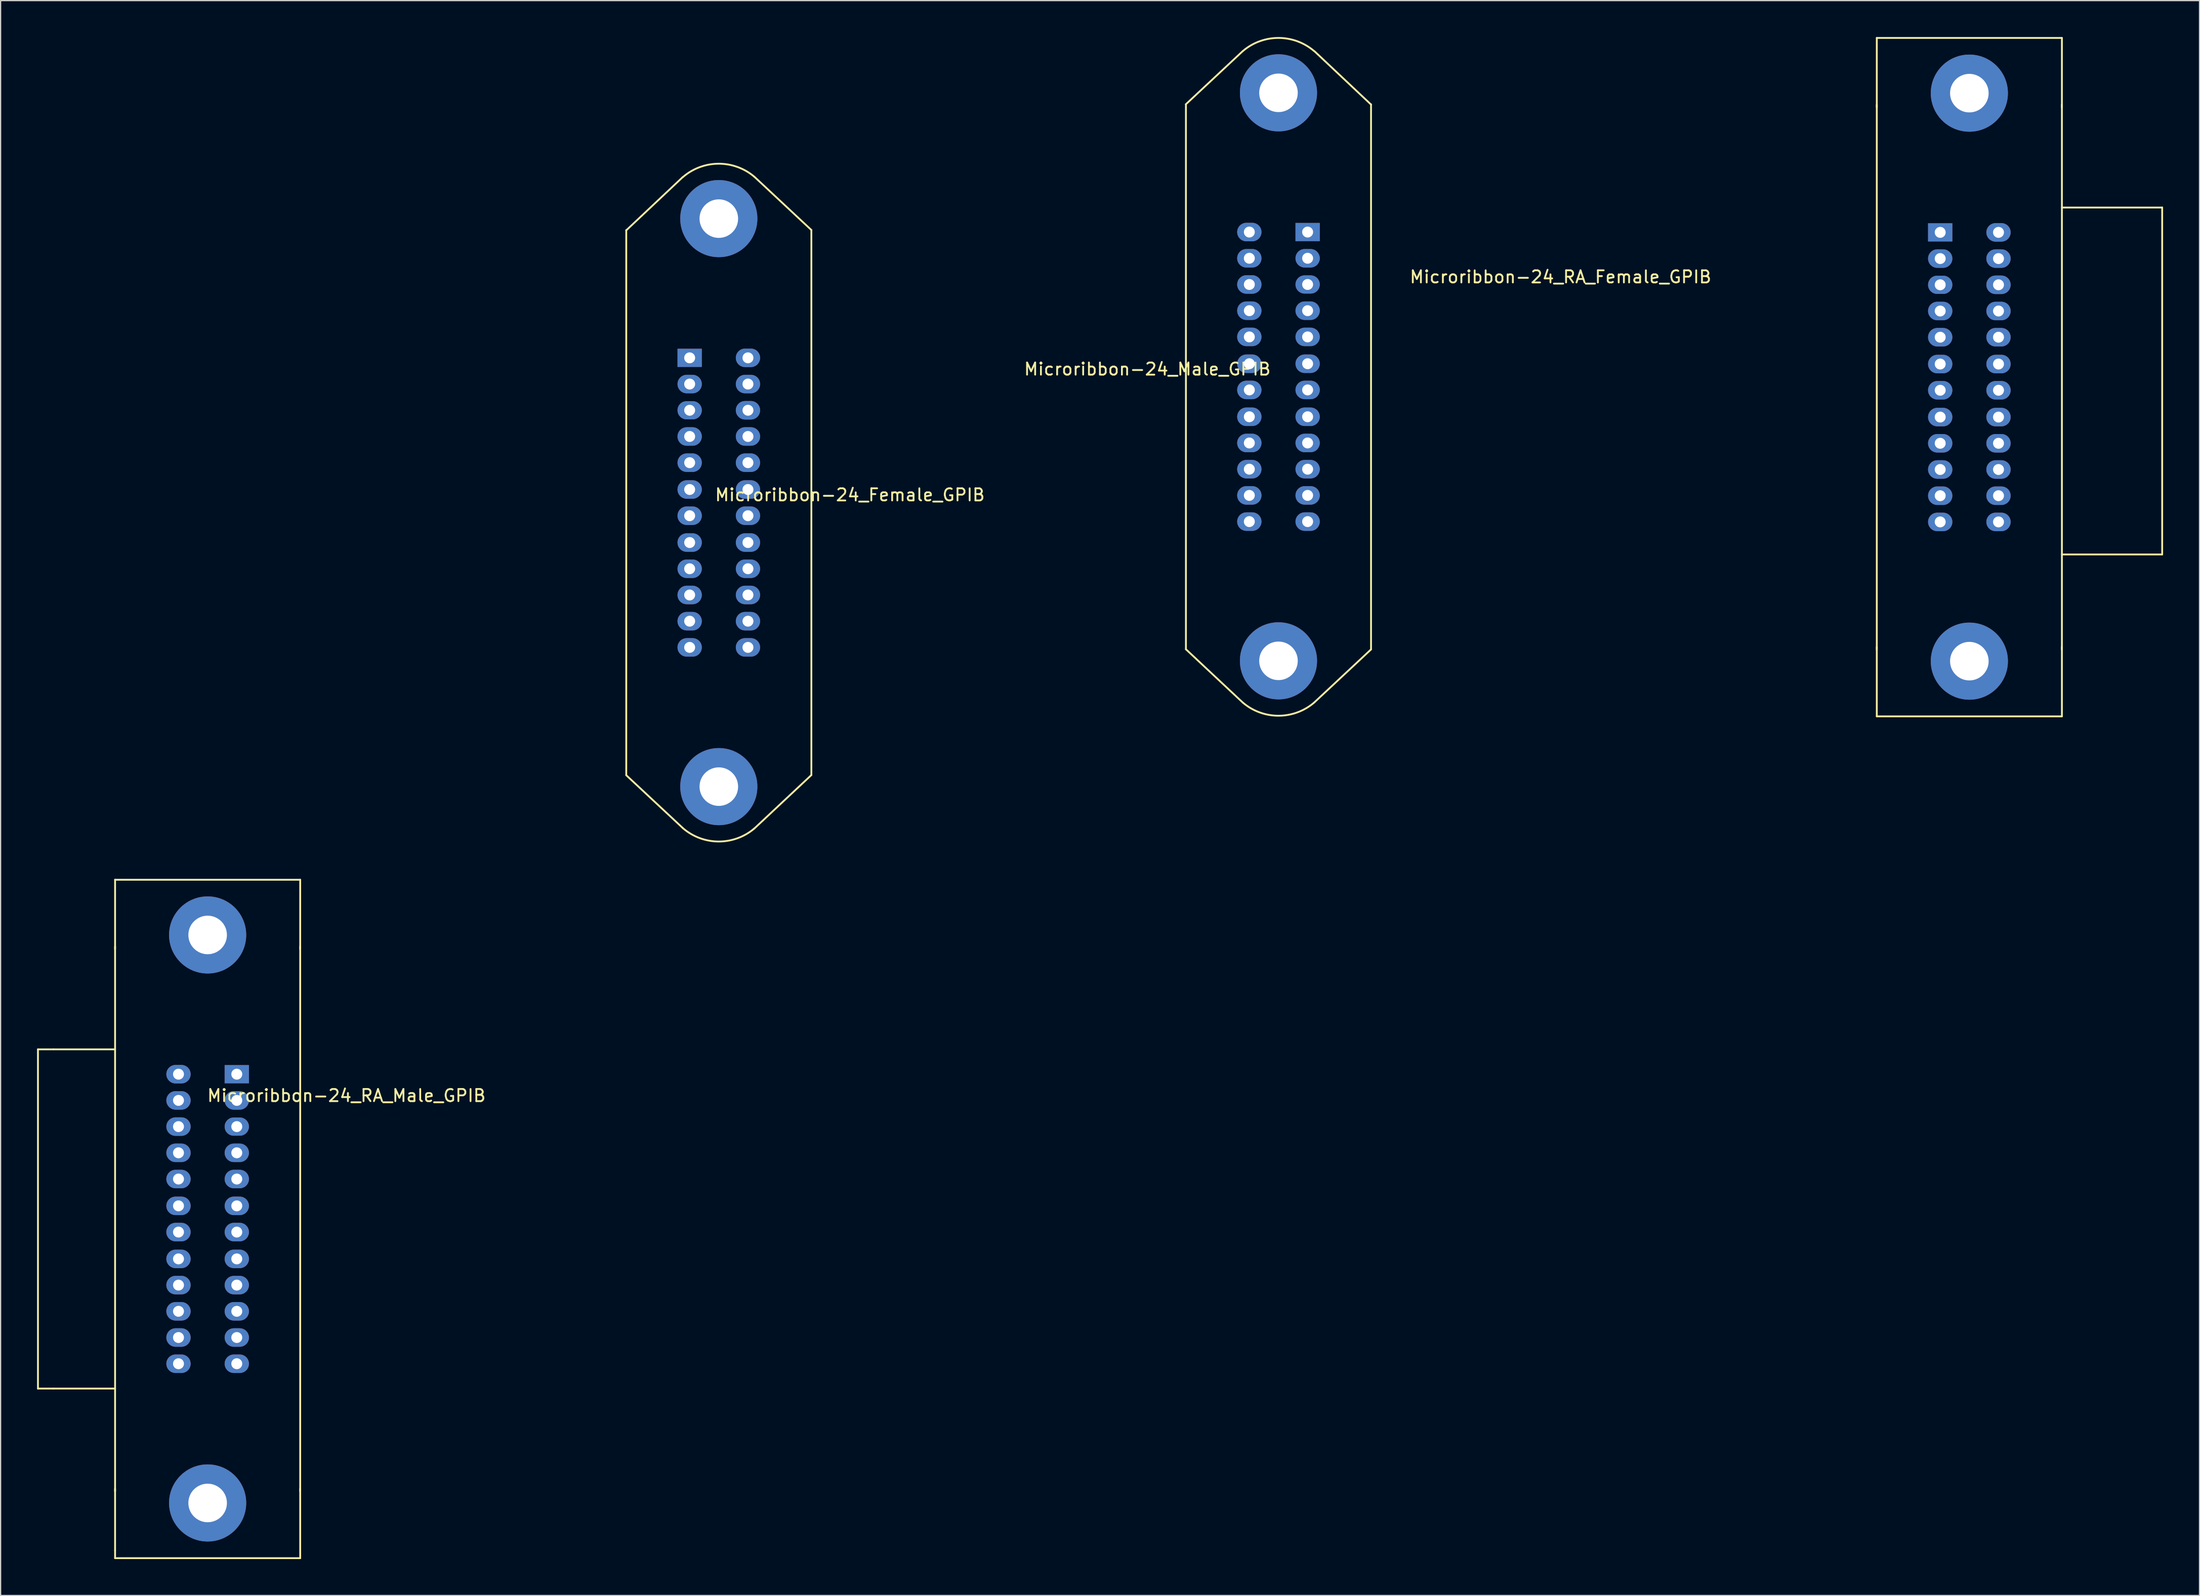
<source format=kicad_pcb>
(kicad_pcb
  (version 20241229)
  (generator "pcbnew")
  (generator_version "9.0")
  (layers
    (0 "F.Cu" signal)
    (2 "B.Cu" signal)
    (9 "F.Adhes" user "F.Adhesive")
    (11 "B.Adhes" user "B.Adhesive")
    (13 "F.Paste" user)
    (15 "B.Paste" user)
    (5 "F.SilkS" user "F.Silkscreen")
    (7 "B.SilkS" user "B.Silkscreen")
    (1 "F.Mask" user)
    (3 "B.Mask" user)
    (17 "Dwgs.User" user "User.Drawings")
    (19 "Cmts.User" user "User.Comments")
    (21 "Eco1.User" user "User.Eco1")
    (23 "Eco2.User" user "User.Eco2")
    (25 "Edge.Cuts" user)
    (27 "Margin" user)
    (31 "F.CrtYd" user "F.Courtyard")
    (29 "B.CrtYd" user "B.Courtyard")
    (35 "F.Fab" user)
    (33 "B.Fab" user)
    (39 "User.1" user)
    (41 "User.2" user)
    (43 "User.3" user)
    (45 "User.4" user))
  (footprint "Microribbon-24_RA_Female_GPIB"
    (layer "F.Cu")
    (at 156.548 15.95)
    (property "Reference" "Microribbon-24_RA_Female_GPIB" (at -31.115 3.81 180) (layer "F.SilkS") (effects (font (size 1 1) (thickness 0.15))))
    (attr through_hole)
    (fp_line (start -5.08 -15.875) (end -5.08 -10.16) (stroke (width 0.15) (type solid)) (layer "F.SilkS"))
    (fp_line (start -5.08 -10.376) (end -5.08 34.506) (stroke (width 0.15) (type solid)) (layer "F.SilkS"))
    (fp_line (start -5.08 34.29) (end -5.08 40.005) (stroke (width 0.15) (type solid)) (layer "F.SilkS"))
    (fp_line (start -5.08 40.005) (end 10.16 40.005) (stroke (width 0.15) (type solid)) (layer "F.SilkS"))
    (fp_line (start 10.16 -15.875) (end -5.08 -15.875) (stroke (width 0.15) (type solid)) (layer "F.SilkS"))
    (fp_line (start 10.16 -10.376) (end 10.16 34.506) (stroke (width 0.15) (type solid)) (layer "F.SilkS"))
    (fp_line (start 10.16 -10.16) (end 10.16 -15.875) (stroke (width 0.15) (type solid)) (layer "F.SilkS"))
    (fp_line (start 10.16 -1.905) (end 18.415 -1.905) (stroke (width 0.15) (type solid)) (layer "F.SilkS"))
    (fp_line (start 10.16 40.005) (end 10.16 34.29) (stroke (width 0.15) (type solid)) (layer "F.SilkS"))
    (fp_line (start 18.415 -1.905) (end 18.415 26.67) (stroke (width 0.15) (type solid)) (layer "F.SilkS"))
    (fp_line (start 18.415 26.67) (end 10.16 26.67) (stroke (width 0.15) (type solid)) (layer "F.SilkS"))
    (pad "1" thru_hole rect (at 0.14 0.14 180) (size 2 1.5) (drill 0.9) (layers "*.Cu" "*.Mask"))
    (pad "2" thru_hole oval (at 0.14 2.299 180) (size 2 1.524) (drill 0.9) (layers "*.Cu" "*.Mask"))
    (pad "3" thru_hole oval (at 0.14 4.458 180) (size 2 1.5) (drill 0.9) (layers "*.Cu" "*.Mask"))
    (pad "4" thru_hole oval (at 0.14 6.617 180) (size 2 1.524) (drill 0.9) (layers "*.Cu" "*.Mask"))
    (pad "5" thru_hole oval (at 0.14 8.776 180) (size 2 1.524) (drill 0.9) (layers "*.Cu" "*.Mask"))
    (pad "6" thru_hole oval (at 0.14 10.986 180) (size 2 1.524) (drill 0.9) (layers "*.Cu" "*.Mask"))
    (pad "7" thru_hole oval (at 0.14 13.145 180) (size 2 1.524) (drill 0.9) (layers "*.Cu" "*.Mask"))
    (pad "8" thru_hole oval (at 0.14 15.354 180) (size 2 1.524) (drill 0.9) (layers "*.Cu" "*.Mask"))
    (pad "9" thru_hole oval (at 0.14 17.513 180) (size 2 1.524) (drill 0.9) (layers "*.Cu" "*.Mask"))
    (pad "10" thru_hole oval (at 0.14 19.672 180) (size 2 1.524) (drill 0.9) (layers "*.Cu" "*.Mask"))
    (pad "11" thru_hole oval (at 0.14 21.831 180) (size 2 1.524) (drill 0.9) (layers "*.Cu" "*.Mask"))
    (pad "12" thru_hole oval (at 0.14 23.99 180) (size 2 1.524) (drill 0.9) (layers "*.Cu" "*.Mask"))
    (pad "13" thru_hole oval (at 4.94 0.14 180) (size 2 1.524) (drill 0.9) (layers "*.Cu" "*.Mask"))
    (pad "14" thru_hole oval (at 4.94 2.299 180) (size 2 1.524) (drill 0.9) (layers "*.Cu" "*.Mask"))
    (pad "15" thru_hole oval (at 4.94 4.458 180) (size 2 1.524) (drill 0.9) (layers "*.Cu" "*.Mask"))
    (pad "16" thru_hole oval (at 4.94 6.617 180) (size 2 1.524) (drill 0.9) (layers "*.Cu" "*.Mask"))
    (pad "17" thru_hole oval (at 4.94 8.776 180) (size 2 1.524) (drill 0.9) (layers "*.Cu" "*.Mask"))
    (pad "18" thru_hole oval (at 4.94 10.986 180) (size 2 1.524) (drill 0.9) (layers "*.Cu" "*.Mask"))
    (pad "19" thru_hole oval (at 4.94 13.145 180) (size 2 1.524) (drill 0.9) (layers "*.Cu" "*.Mask"))
    (pad "20" thru_hole oval (at 4.94 15.354 180) (size 2 1.524) (drill 0.9) (layers "*.Cu" "*.Mask"))
    (pad "21" thru_hole oval (at 4.94 17.513 180) (size 2 1.524) (drill 0.9) (layers "*.Cu" "*.Mask"))
    (pad "22" thru_hole oval (at 4.94 19.672 180) (size 2 1.524) (drill 0.9) (layers "*.Cu" "*.Mask"))
    (pad "23" thru_hole oval (at 4.94 21.831 180) (size 2 1.524) (drill 0.9) (layers "*.Cu" "*.Mask"))
    (pad "24" thru_hole oval (at 4.94 23.99 180) (size 2 1.524) (drill 0.9) (layers "*.Cu" "*.Mask"))
    (pad "MP" thru_hole circle (at 2.54 -11.328 180) (size 6.35 6.35) (drill 3.175) (layers "*.Cu" "*.Mask"))
    (pad "MP" thru_hole circle (at 2.54 35.458 180) (size 6.35 6.35) (drill 3.175) (layers "*.Cu" "*.Mask")))
  (footprint "Microribbon-24_Male_GPIB"
    (layer "F.Cu")
    (at 102.208 27.989)
    (property "Reference" "Microribbon-24_Male_GPIB" (at -10.795 -0.635 0) (layer "F.SilkS") (effects (font (size 1 1) (thickness 0.15))))
    (attr through_hole)
    (fp_line (start -7.62 -22.454) (end -2.934 -26.835) (stroke (width 0.15) (type solid)) (layer "F.SilkS"))
    (fp_line (start -7.62 -22.441) (end -7.62 22.441) (stroke (width 0.15) (type solid)) (layer "F.SilkS"))
    (fp_line (start -7.62 22.441) (end -2.934 26.835) (stroke (width 0.15) (type solid)) (layer "F.SilkS"))
    (fp_line (start 7.62 -22.441) (end 7.62 22.441) (stroke (width 0.15) (type solid)) (layer "F.SilkS"))
    (fp_line (start 7.62 -22.428) (end 2.972 -26.81) (stroke (width 0.15) (type solid)) (layer "F.SilkS"))
    (fp_line (start 7.62 22.454) (end 2.959 26.81) (stroke (width 0.15) (type solid)) (layer "F.SilkS"))
    (fp_arc (start -2.925865 -26.839939) (mid 0.013503 -27.914366) (end 2.9464 -26.8224) (stroke (width 0.15) (type solid)) (layer "F.SilkS"))
    (fp_arc (start 2.9464 26.8224) (mid 0.013503 27.914366) (end -2.925865 26.839939) (stroke (width 0.15) (type solid)) (layer "F.SilkS"))
    (pad "1" thru_hole rect (at 2.4 -11.925) (size 2 1.5) (drill 0.9) (layers "*.Cu" "*.Mask"))
    (pad "2" thru_hole oval (at 2.4 -9.766) (size 2 1.524) (drill 0.9) (layers "*.Cu" "*.Mask"))
    (pad "3" thru_hole oval (at 2.4 -7.607) (size 2 1.5) (drill 0.9) (layers "*.Cu" "*.Mask"))
    (pad "4" thru_hole oval (at 2.4 -5.448) (size 2 1.524) (drill 0.9) (layers "*.Cu" "*.Mask"))
    (pad "5" thru_hole oval (at 2.4 -3.289) (size 2 1.524) (drill 0.9) (layers "*.Cu" "*.Mask"))
    (pad "6" thru_hole oval (at 2.4 -1.079) (size 2 1.524) (drill 0.9) (layers "*.Cu" "*.Mask"))
    (pad "7" thru_hole oval (at 2.4 1.079) (size 2 1.524) (drill 0.9) (layers "*.Cu" "*.Mask"))
    (pad "8" thru_hole oval (at 2.4 3.289) (size 2 1.524) (drill 0.9) (layers "*.Cu" "*.Mask"))
    (pad "9" thru_hole oval (at 2.4 5.448) (size 2 1.524) (drill 0.9) (layers "*.Cu" "*.Mask"))
    (pad "10" thru_hole oval (at 2.4 7.607) (size 2 1.524) (drill 0.9) (layers "*.Cu" "*.Mask"))
    (pad "11" thru_hole oval (at 2.4 9.766) (size 2 1.524) (drill 0.9) (layers "*.Cu" "*.Mask"))
    (pad "12" thru_hole oval (at 2.4 11.925) (size 2 1.524) (drill 0.9) (layers "*.Cu" "*.Mask"))
    (pad "13" thru_hole oval (at -2.4 -11.925) (size 2 1.524) (drill 0.9) (layers "*.Cu" "*.Mask"))
    (pad "14" thru_hole oval (at -2.4 -9.766) (size 2 1.524) (drill 0.9) (layers "*.Cu" "*.Mask"))
    (pad "15" thru_hole oval (at -2.4 -7.607) (size 2 1.524) (drill 0.9) (layers "*.Cu" "*.Mask"))
    (pad "16" thru_hole oval (at -2.4 -5.448) (size 2 1.524) (drill 0.9) (layers "*.Cu" "*.Mask"))
    (pad "17" thru_hole oval (at -2.4 -3.289) (size 2 1.524) (drill 0.9) (layers "*.Cu" "*.Mask"))
    (pad "18" thru_hole oval (at -2.4 -1.079) (size 2 1.524) (drill 0.9) (layers "*.Cu" "*.Mask"))
    (pad "19" thru_hole oval (at -2.4 1.079) (size 2 1.524) (drill 0.9) (layers "*.Cu" "*.Mask"))
    (pad "20" thru_hole oval (at -2.4 3.289) (size 2 1.524) (drill 0.9) (layers "*.Cu" "*.Mask"))
    (pad "21" thru_hole oval (at -2.4 5.448) (size 2 1.524) (drill 0.9) (layers "*.Cu" "*.Mask"))
    (pad "22" thru_hole oval (at -2.4 7.607) (size 2 1.524) (drill 0.9) (layers "*.Cu" "*.Mask"))
    (pad "23" thru_hole oval (at -2.4 9.766) (size 2 1.524) (drill 0.9) (layers "*.Cu" "*.Mask"))
    (pad "24" thru_hole oval (at -2.4 11.925) (size 2 1.524) (drill 0.9) (layers "*.Cu" "*.Mask"))
    (pad "MP" thru_hole circle (at 0 -23.393) (size 6.35 6.35) (drill 3.175) (layers "*.Cu" "*.Mask"))
    (pad "MP" thru_hole circle (at 0 23.393) (size 6.35 6.35) (drill 3.175) (layers "*.Cu" "*.Mask")))
  (footprint "Microribbon-24_Female_GPIB"
    (layer "F.Cu")
    (at 0.25 0.25)
    (property "Reference" "Microribbon-24_Female_GPIB" (at 66.675 37.465 180) (layer "F.SilkS") (effects (font (size 1 1) (thickness 0.15))))
    (attr through_hole)
    (fp_line (start 48.26 15.659) (end 48.26 60.541) (stroke (width 0.15) (type solid)) (layer "F.SilkS"))
    (fp_line (start 48.26 15.672) (end 52.908 11.29) (stroke (width 0.15) (type solid)) (layer "F.SilkS"))
    (fp_line (start 48.26 60.554) (end 52.921 64.91) (stroke (width 0.15) (type solid)) (layer "F.SilkS"))
    (fp_line (start 63.5 15.646) (end 58.814 11.265) (stroke (width 0.15) (type solid)) (layer "F.SilkS"))
    (fp_line (start 63.5 15.659) (end 63.5 60.541) (stroke (width 0.15) (type solid)) (layer "F.SilkS"))
    (fp_line (start 63.5 60.541) (end 58.814 64.935) (stroke (width 0.15) (type solid)) (layer "F.SilkS"))
    (fp_arc (start 52.9336 11.2776) (mid 55.866497 10.185634) (end 58.805865 11.260061) (stroke (width 0.15) (type solid)) (layer "F.SilkS"))
    (fp_arc (start 58.805865 64.939939) (mid 55.866497 66.014366) (end 52.9336 64.9224) (stroke (width 0.15) (type solid)) (layer "F.SilkS"))
    (pad "1" thru_hole rect (at 53.48 26.175 180) (size 2 1.5) (drill 0.9) (layers "*.Cu" "*.Mask"))
    (pad "2" thru_hole oval (at 53.48 28.334 180) (size 2 1.524) (drill 0.9) (layers "*.Cu" "*.Mask"))
    (pad "3" thru_hole oval (at 53.48 30.493 180) (size 2 1.5) (drill 0.9) (layers "*.Cu" "*.Mask"))
    (pad "4" thru_hole oval (at 53.48 32.652 180) (size 2 1.524) (drill 0.9) (layers "*.Cu" "*.Mask"))
    (pad "5" thru_hole oval (at 53.48 34.811 180) (size 2 1.524) (drill 0.9) (layers "*.Cu" "*.Mask"))
    (pad "6" thru_hole oval (at 53.48 37.02 180) (size 2 1.524) (drill 0.9) (layers "*.Cu" "*.Mask"))
    (pad "7" thru_hole oval (at 53.48 39.179 180) (size 2 1.524) (drill 0.9) (layers "*.Cu" "*.Mask"))
    (pad "8" thru_hole oval (at 53.48 41.389 180) (size 2 1.524) (drill 0.9) (layers "*.Cu" "*.Mask"))
    (pad "9" thru_hole oval (at 53.48 43.548 180) (size 2 1.524) (drill 0.9) (layers "*.Cu" "*.Mask"))
    (pad "10" thru_hole oval (at 53.48 45.707 180) (size 2 1.524) (drill 0.9) (layers "*.Cu" "*.Mask"))
    (pad "11" thru_hole oval (at 53.48 47.866 180) (size 2 1.524) (drill 0.9) (layers "*.Cu" "*.Mask"))
    (pad "12" thru_hole oval (at 53.48 50.025 180) (size 2 1.524) (drill 0.9) (layers "*.Cu" "*.Mask"))
    (pad "13" thru_hole oval (at 58.28 26.175 180) (size 2 1.524) (drill 0.9) (layers "*.Cu" "*.Mask"))
    (pad "14" thru_hole oval (at 58.28 28.334 180) (size 2 1.524) (drill 0.9) (layers "*.Cu" "*.Mask"))
    (pad "15" thru_hole oval (at 58.28 30.493 180) (size 2 1.524) (drill 0.9) (layers "*.Cu" "*.Mask"))
    (pad "16" thru_hole oval (at 58.28 32.652 180) (size 2 1.524) (drill 0.9) (layers "*.Cu" "*.Mask"))
    (pad "17" thru_hole oval (at 58.28 34.811 180) (size 2 1.524) (drill 0.9) (layers "*.Cu" "*.Mask"))
    (pad "18" thru_hole oval (at 58.28 37.02 180) (size 2 1.524) (drill 0.9) (layers "*.Cu" "*.Mask"))
    (pad "19" thru_hole oval (at 58.28 39.179 180) (size 2 1.524) (drill 0.9) (layers "*.Cu" "*.Mask"))
    (pad "20" thru_hole oval (at 58.28 41.389 180) (size 2 1.524) (drill 0.9) (layers "*.Cu" "*.Mask"))
    (pad "21" thru_hole oval (at 58.28 43.548 180) (size 2 1.524) (drill 0.9) (layers "*.Cu" "*.Mask"))
    (pad "22" thru_hole oval (at 58.28 45.707 180) (size 2 1.524) (drill 0.9) (layers "*.Cu" "*.Mask"))
    (pad "23" thru_hole oval (at 58.28 47.866 180) (size 2 1.524) (drill 0.9) (layers "*.Cu" "*.Mask"))
    (pad "24" thru_hole oval (at 58.28 50.025 180) (size 2 1.524) (drill 0.9) (layers "*.Cu" "*.Mask"))
    (pad "MP" thru_hole circle (at 55.88 14.707 180) (size 6.35 6.35) (drill 3.175) (layers "*.Cu" "*.Mask"))
    (pad "MP" thru_hole circle (at 55.88 61.493 180) (size 6.35 6.35) (drill 3.175) (layers "*.Cu" "*.Mask")))
  (footprint "Microribbon-24_RA_Male_GPIB"
    (layer "F.Cu")
    (at 16.585 85.289)
    (property "Reference" "Microribbon-24_RA_Male_GPIB" (at 8.89 1.905 0) (layer "F.SilkS") (effects (font (size 1 1) (thickness 0.15))))
    (attr through_hole)
    (fp_line (start -16.51 -1.905) (end -16.51 26.035) (stroke (width 0.15) (type solid)) (layer "F.SilkS"))
    (fp_line (start -16.51 26.035) (end -15.24 26.035) (stroke (width 0.15) (type solid)) (layer "F.SilkS"))
    (fp_line (start -15.24 -1.905) (end -16.51 -1.905) (stroke (width 0.15) (type solid)) (layer "F.SilkS"))
    (fp_line (start -15.24 26.035) (end -10.16 26.035) (stroke (width 0.15) (type solid)) (layer "F.SilkS"))
    (fp_line (start -10.16 -15.875) (end -10.16 -10.16) (stroke (width 0.15) (type solid)) (layer "F.SilkS"))
    (fp_line (start -10.16 -10.376) (end -10.16 34.506) (stroke (width 0.15) (type solid)) (layer "F.SilkS"))
    (fp_line (start -10.16 -1.905) (end -15.24 -1.905) (stroke (width 0.15) (type solid)) (layer "F.SilkS"))
    (fp_line (start -10.16 34.29) (end -10.16 39.37) (stroke (width 0.15) (type solid)) (layer "F.SilkS"))
    (fp_line (start -10.16 39.37) (end -10.16 40.005) (stroke (width 0.15) (type solid)) (layer "F.SilkS"))
    (fp_line (start -10.16 40.005) (end 5.08 40.005) (stroke (width 0.15) (type solid)) (layer "F.SilkS"))
    (fp_line (start 5.08 -15.875) (end -10.16 -15.875) (stroke (width 0.15) (type solid)) (layer "F.SilkS"))
    (fp_line (start 5.08 -10.376) (end 5.08 34.506) (stroke (width 0.15) (type solid)) (layer "F.SilkS"))
    (fp_line (start 5.08 -10.16) (end 5.08 -15.875) (stroke (width 0.15) (type solid)) (layer "F.SilkS"))
    (fp_line (start 5.08 40.005) (end 5.08 34.29) (stroke (width 0.15) (type solid)) (layer "F.SilkS"))
    (pad "1" thru_hole rect (at -0.14 0.14) (size 2 1.5) (drill 0.9) (layers "*.Cu" "*.Mask"))
    (pad "2" thru_hole oval (at -0.14 2.299) (size 2 1.524) (drill 0.9) (layers "*.Cu" "*.Mask"))
    (pad "3" thru_hole oval (at -0.14 4.458) (size 2 1.5) (drill 0.9) (layers "*.Cu" "*.Mask"))
    (pad "4" thru_hole oval (at -0.14 6.617) (size 2 1.524) (drill 0.9) (layers "*.Cu" "*.Mask"))
    (pad "5" thru_hole oval (at -0.14 8.776) (size 2 1.524) (drill 0.9) (layers "*.Cu" "*.Mask"))
    (pad "6" thru_hole oval (at -0.14 10.986) (size 2 1.524) (drill 0.9) (layers "*.Cu" "*.Mask"))
    (pad "7" thru_hole oval (at -0.14 13.145) (size 2 1.524) (drill 0.9) (layers "*.Cu" "*.Mask"))
    (pad "8" thru_hole oval (at -0.14 15.354) (size 2 1.524) (drill 0.9) (layers "*.Cu" "*.Mask"))
    (pad "9" thru_hole oval (at -0.14 17.513) (size 2 1.524) (drill 0.9) (layers "*.Cu" "*.Mask"))
    (pad "10" thru_hole oval (at -0.14 19.672) (size 2 1.524) (drill 0.9) (layers "*.Cu" "*.Mask"))
    (pad "11" thru_hole oval (at -0.14 21.831) (size 2 1.524) (drill 0.9) (layers "*.Cu" "*.Mask"))
    (pad "12" thru_hole oval (at -0.14 23.99) (size 2 1.524) (drill 0.9) (layers "*.Cu" "*.Mask"))
    (pad "13" thru_hole oval (at -4.94 0.14) (size 2 1.524) (drill 0.9) (layers "*.Cu" "*.Mask"))
    (pad "14" thru_hole oval (at -4.94 2.299) (size 2 1.524) (drill 0.9) (layers "*.Cu" "*.Mask"))
    (pad "15" thru_hole oval (at -4.94 4.458) (size 2 1.524) (drill 0.9) (layers "*.Cu" "*.Mask"))
    (pad "16" thru_hole oval (at -4.94 6.617) (size 2 1.524) (drill 0.9) (layers "*.Cu" "*.Mask"))
    (pad "17" thru_hole oval (at -4.94 8.776) (size 2 1.524) (drill 0.9) (layers "*.Cu" "*.Mask"))
    (pad "18" thru_hole oval (at -4.94 10.986) (size 2 1.524) (drill 0.9) (layers "*.Cu" "*.Mask"))
    (pad "19" thru_hole oval (at -4.94 13.145) (size 2 1.524) (drill 0.9) (layers "*.Cu" "*.Mask"))
    (pad "20" thru_hole oval (at -4.94 15.354) (size 2 1.524) (drill 0.9) (layers "*.Cu" "*.Mask"))
    (pad "21" thru_hole oval (at -4.94 17.513) (size 2 1.524) (drill 0.9) (layers "*.Cu" "*.Mask"))
    (pad "22" thru_hole oval (at -4.94 19.672) (size 2 1.524) (drill 0.9) (layers "*.Cu" "*.Mask"))
    (pad "23" thru_hole oval (at -4.94 21.831) (size 2 1.524) (drill 0.9) (layers "*.Cu" "*.Mask"))
    (pad "24" thru_hole oval (at -4.94 23.99) (size 2 1.524) (drill 0.9) (layers "*.Cu" "*.Mask"))
    (pad "MP" thru_hole circle (at -2.54 -11.328) (size 6.35 6.35) (drill 3.175) (layers "*.Cu" "*.Mask"))
    (pad "MP" thru_hole circle (at -2.54 35.458) (size 6.35 6.35) (drill 3.175) (layers "*.Cu" "*.Mask")))
  (gr_rect
    (start -3 -3)
    (end 178.038 128.369)
    (stroke (width 0.1) (type default))
    (fill no)
    (layer "Edge.Cuts")))
</source>
